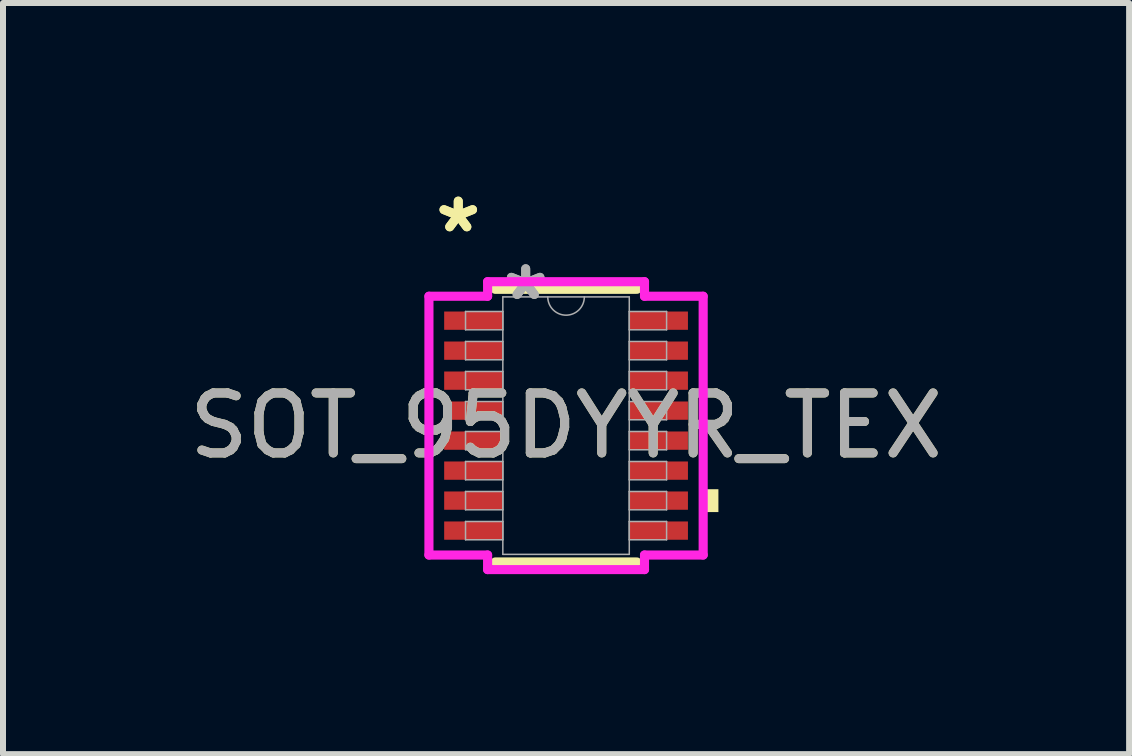
<source format=kicad_pcb>
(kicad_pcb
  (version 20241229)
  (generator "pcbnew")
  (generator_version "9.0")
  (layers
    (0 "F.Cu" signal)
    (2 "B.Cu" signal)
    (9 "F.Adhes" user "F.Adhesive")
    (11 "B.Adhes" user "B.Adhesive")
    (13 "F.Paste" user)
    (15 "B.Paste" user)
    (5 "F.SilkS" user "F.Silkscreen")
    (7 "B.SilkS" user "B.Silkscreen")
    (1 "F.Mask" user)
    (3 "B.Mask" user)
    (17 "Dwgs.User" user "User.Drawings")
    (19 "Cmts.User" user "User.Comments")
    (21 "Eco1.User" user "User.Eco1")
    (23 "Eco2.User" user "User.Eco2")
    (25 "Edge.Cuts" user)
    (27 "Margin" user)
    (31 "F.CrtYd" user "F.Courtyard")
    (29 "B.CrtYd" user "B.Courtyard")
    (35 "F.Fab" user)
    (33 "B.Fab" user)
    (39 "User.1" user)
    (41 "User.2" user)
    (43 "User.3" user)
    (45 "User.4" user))
  (footprint "SOT_95DYYR_TEX"
    (layer "F.Cu")
    (at 6.387 4.046)
    (property "Reference" "SOT_95DYYR_TEX" (at 0 0 0) (unlocked yes) (layer "F.SilkS") (effects (font (size 1 1) (thickness 0.15))))
    (attr smd)
    (fp_line (start -1.181 2.273) (end 1.181 2.273) (stroke (width 0.152) (type solid)) (layer "F.SilkS"))
    (fp_line (start 1.181 -2.273) (end -1.181 -2.273) (stroke (width 0.152) (type solid)) (layer "F.SilkS"))
    (fp_poly (pts (xy 2.54 1.06) (xy 2.54 1.441) (xy 2.286 1.441) (xy 2.286 1.06)) (stroke (width 0) (type solid)) (fill yes) (layer "F.SilkS"))
    (fp_line (start -2.286 -2.157) (end -1.308 -2.157) (stroke (width 0.152) (type solid)) (layer "F.CrtYd"))
    (fp_line (start -2.286 2.157) (end -2.286 -2.157) (stroke (width 0.152) (type solid)) (layer "F.CrtYd"))
    (fp_line (start -2.286 2.157) (end -1.308 2.157) (stroke (width 0.152) (type solid)) (layer "F.CrtYd"))
    (fp_line (start -1.308 -2.4) (end 1.308 -2.4) (stroke (width 0.152) (type solid)) (layer "F.CrtYd"))
    (fp_line (start -1.308 -2.157) (end -1.308 -2.4) (stroke (width 0.152) (type solid)) (layer "F.CrtYd"))
    (fp_line (start -1.308 2.4) (end -1.308 2.157) (stroke (width 0.152) (type solid)) (layer "F.CrtYd"))
    (fp_line (start 1.308 -2.4) (end 1.308 -2.157) (stroke (width 0.152) (type solid)) (layer "F.CrtYd"))
    (fp_line (start 1.308 2.157) (end 1.308 2.4) (stroke (width 0.152) (type solid)) (layer "F.CrtYd"))
    (fp_line (start 1.308 2.4) (end -1.308 2.4) (stroke (width 0.152) (type solid)) (layer "F.CrtYd"))
    (fp_line (start 2.286 -2.157) (end 1.308 -2.157) (stroke (width 0.152) (type solid)) (layer "F.CrtYd"))
    (fp_line (start 2.286 -2.157) (end 2.286 2.157) (stroke (width 0.152) (type solid)) (layer "F.CrtYd"))
    (fp_line (start 2.286 2.157) (end 1.308 2.157) (stroke (width 0.152) (type solid)) (layer "F.CrtYd"))
    (fp_line (start -1.676 -1.903) (end -1.676 -1.598) (stroke (width 0.025) (type solid)) (layer "F.Fab"))
    (fp_line (start -1.676 -1.598) (end -1.054 -1.598) (stroke (width 0.025) (type solid)) (layer "F.Fab"))
    (fp_line (start -1.676 -1.403) (end -1.676 -1.098) (stroke (width 0.025) (type solid)) (layer "F.Fab"))
    (fp_line (start -1.676 -1.098) (end -1.054 -1.098) (stroke (width 0.025) (type solid)) (layer "F.Fab"))
    (fp_line (start -1.676 -0.903) (end -1.676 -0.598) (stroke (width 0.025) (type solid)) (layer "F.Fab"))
    (fp_line (start -1.676 -0.598) (end -1.054 -0.598) (stroke (width 0.025) (type solid)) (layer "F.Fab"))
    (fp_line (start -1.676 -0.402) (end -1.676 -0.098) (stroke (width 0.025) (type solid)) (layer "F.Fab"))
    (fp_line (start -1.676 -0.098) (end -1.054 -0.098) (stroke (width 0.025) (type solid)) (layer "F.Fab"))
    (fp_line (start -1.676 0.098) (end -1.676 0.402) (stroke (width 0.025) (type solid)) (layer "F.Fab"))
    (fp_line (start -1.676 0.402) (end -1.054 0.402) (stroke (width 0.025) (type solid)) (layer "F.Fab"))
    (fp_line (start -1.676 0.598) (end -1.676 0.903) (stroke (width 0.025) (type solid)) (layer "F.Fab"))
    (fp_line (start -1.676 0.903) (end -1.054 0.903) (stroke (width 0.025) (type solid)) (layer "F.Fab"))
    (fp_line (start -1.676 1.098) (end -1.676 1.403) (stroke (width 0.025) (type solid)) (layer "F.Fab"))
    (fp_line (start -1.676 1.403) (end -1.054 1.403) (stroke (width 0.025) (type solid)) (layer "F.Fab"))
    (fp_line (start -1.676 1.598) (end -1.676 1.903) (stroke (width 0.025) (type solid)) (layer "F.Fab"))
    (fp_line (start -1.676 1.903) (end -1.054 1.903) (stroke (width 0.025) (type solid)) (layer "F.Fab"))
    (fp_line (start -1.054 -2.146) (end -1.054 2.146) (stroke (width 0.025) (type solid)) (layer "F.Fab"))
    (fp_line (start -1.054 -1.903) (end -1.676 -1.903) (stroke (width 0.025) (type solid)) (layer "F.Fab"))
    (fp_line (start -1.054 -1.598) (end -1.054 -1.903) (stroke (width 0.025) (type solid)) (layer "F.Fab"))
    (fp_line (start -1.054 -1.403) (end -1.676 -1.403) (stroke (width 0.025) (type solid)) (layer "F.Fab"))
    (fp_line (start -1.054 -1.098) (end -1.054 -1.403) (stroke (width 0.025) (type solid)) (layer "F.Fab"))
    (fp_line (start -1.054 -0.903) (end -1.676 -0.903) (stroke (width 0.025) (type solid)) (layer "F.Fab"))
    (fp_line (start -1.054 -0.598) (end -1.054 -0.903) (stroke (width 0.025) (type solid)) (layer "F.Fab"))
    (fp_line (start -1.054 -0.402) (end -1.676 -0.402) (stroke (width 0.025) (type solid)) (layer "F.Fab"))
    (fp_line (start -1.054 -0.098) (end -1.054 -0.402) (stroke (width 0.025) (type solid)) (layer "F.Fab"))
    (fp_line (start -1.054 0.098) (end -1.676 0.098) (stroke (width 0.025) (type solid)) (layer "F.Fab"))
    (fp_line (start -1.054 0.402) (end -1.054 0.098) (stroke (width 0.025) (type solid)) (layer "F.Fab"))
    (fp_line (start -1.054 0.598) (end -1.676 0.598) (stroke (width 0.025) (type solid)) (layer "F.Fab"))
    (fp_line (start -1.054 0.903) (end -1.054 0.598) (stroke (width 0.025) (type solid)) (layer "F.Fab"))
    (fp_line (start -1.054 1.098) (end -1.676 1.098) (stroke (width 0.025) (type solid)) (layer "F.Fab"))
    (fp_line (start -1.054 1.403) (end -1.054 1.098) (stroke (width 0.025) (type solid)) (layer "F.Fab"))
    (fp_line (start -1.054 1.598) (end -1.676 1.598) (stroke (width 0.025) (type solid)) (layer "F.Fab"))
    (fp_line (start -1.054 1.903) (end -1.054 1.598) (stroke (width 0.025) (type solid)) (layer "F.Fab"))
    (fp_line (start -1.054 2.146) (end 1.054 2.146) (stroke (width 0.025) (type solid)) (layer "F.Fab"))
    (fp_line (start 1.054 -2.146) (end -1.054 -2.146) (stroke (width 0.025) (type solid)) (layer "F.Fab"))
    (fp_line (start 1.054 -1.903) (end 1.054 -1.598) (stroke (width 0.025) (type solid)) (layer "F.Fab"))
    (fp_line (start 1.054 -1.598) (end 1.676 -1.598) (stroke (width 0.025) (type solid)) (layer "F.Fab"))
    (fp_line (start 1.054 -1.403) (end 1.054 -1.098) (stroke (width 0.025) (type solid)) (layer "F.Fab"))
    (fp_line (start 1.054 -1.098) (end 1.676 -1.098) (stroke (width 0.025) (type solid)) (layer "F.Fab"))
    (fp_line (start 1.054 -0.903) (end 1.054 -0.598) (stroke (width 0.025) (type solid)) (layer "F.Fab"))
    (fp_line (start 1.054 -0.598) (end 1.676 -0.598) (stroke (width 0.025) (type solid)) (layer "F.Fab"))
    (fp_line (start 1.054 -0.402) (end 1.054 -0.098) (stroke (width 0.025) (type solid)) (layer "F.Fab"))
    (fp_line (start 1.054 -0.098) (end 1.676 -0.098) (stroke (width 0.025) (type solid)) (layer "F.Fab"))
    (fp_line (start 1.054 0.098) (end 1.054 0.402) (stroke (width 0.025) (type solid)) (layer "F.Fab"))
    (fp_line (start 1.054 0.402) (end 1.676 0.402) (stroke (width 0.025) (type solid)) (layer "F.Fab"))
    (fp_line (start 1.054 0.598) (end 1.054 0.903) (stroke (width 0.025) (type solid)) (layer "F.Fab"))
    (fp_line (start 1.054 0.903) (end 1.676 0.903) (stroke (width 0.025) (type solid)) (layer "F.Fab"))
    (fp_line (start 1.054 1.098) (end 1.054 1.403) (stroke (width 0.025) (type solid)) (layer "F.Fab"))
    (fp_line (start 1.054 1.403) (end 1.676 1.403) (stroke (width 0.025) (type solid)) (layer "F.Fab"))
    (fp_line (start 1.054 1.598) (end 1.054 1.903) (stroke (width 0.025) (type solid)) (layer "F.Fab"))
    (fp_line (start 1.054 1.903) (end 1.676 1.903) (stroke (width 0.025) (type solid)) (layer "F.Fab"))
    (fp_line (start 1.054 2.146) (end 1.054 -2.146) (stroke (width 0.025) (type solid)) (layer "F.Fab"))
    (fp_line (start 1.676 -1.903) (end 1.054 -1.903) (stroke (width 0.025) (type solid)) (layer "F.Fab"))
    (fp_line (start 1.676 -1.598) (end 1.676 -1.903) (stroke (width 0.025) (type solid)) (layer "F.Fab"))
    (fp_line (start 1.676 -1.403) (end 1.054 -1.403) (stroke (width 0.025) (type solid)) (layer "F.Fab"))
    (fp_line (start 1.676 -1.098) (end 1.676 -1.403) (stroke (width 0.025) (type solid)) (layer "F.Fab"))
    (fp_line (start 1.676 -0.903) (end 1.054 -0.903) (stroke (width 0.025) (type solid)) (layer "F.Fab"))
    (fp_line (start 1.676 -0.598) (end 1.676 -0.903) (stroke (width 0.025) (type solid)) (layer "F.Fab"))
    (fp_line (start 1.676 -0.402) (end 1.054 -0.402) (stroke (width 0.025) (type solid)) (layer "F.Fab"))
    (fp_line (start 1.676 -0.098) (end 1.676 -0.402) (stroke (width 0.025) (type solid)) (layer "F.Fab"))
    (fp_line (start 1.676 0.098) (end 1.054 0.098) (stroke (width 0.025) (type solid)) (layer "F.Fab"))
    (fp_line (start 1.676 0.402) (end 1.676 0.098) (stroke (width 0.025) (type solid)) (layer "F.Fab"))
    (fp_line (start 1.676 0.598) (end 1.054 0.598) (stroke (width 0.025) (type solid)) (layer "F.Fab"))
    (fp_line (start 1.676 0.903) (end 1.676 0.598) (stroke (width 0.025) (type solid)) (layer "F.Fab"))
    (fp_line (start 1.676 1.098) (end 1.054 1.098) (stroke (width 0.025) (type solid)) (layer "F.Fab"))
    (fp_line (start 1.676 1.403) (end 1.676 1.098) (stroke (width 0.025) (type solid)) (layer "F.Fab"))
    (fp_line (start 1.676 1.598) (end 1.054 1.598) (stroke (width 0.025) (type solid)) (layer "F.Fab"))
    (fp_line (start 1.676 1.903) (end 1.676 1.598) (stroke (width 0.025) (type solid)) (layer "F.Fab"))
    (fp_arc (start 0.3048 -2.1463) (mid 0 -1.8415) (end -0.3048 -2.1463) (stroke (width 0.0254) (type solid)) (layer "F.Fab"))
    (fp_text user "*" (at -1.797 -3.198 0) (layer "F.SilkS") (effects (font (size 1 1) (thickness 0.15))))
    (fp_text user "*" (at -1.797 -3.198 0) (unlocked yes) (layer "F.SilkS") (effects (font (size 1 1) (thickness 0.15))))
    (fp_text user "${REFERENCE}" (at 0 0 0) (unlocked yes) (layer "F.Fab") (effects (font (size 1 1) (thickness 0.15))))
    (fp_text user "*" (at -0.673 -2.07 0) (unlocked yes) (layer "F.Fab") (effects (font (size 1 1) (thickness 0.15))))
    (fp_text user "*" (at -0.673 -2.07 0) (layer "F.Fab") (effects (font (size 1 1) (thickness 0.15))))
    (pad "1" smd rect (at -1.543 -1.75) (size 0.978 0.305) (layers "F.Cu" "F.Mask" "F.Paste"))
    (pad "2" smd rect (at -1.543 -1.25) (size 0.978 0.305) (layers "F.Cu" "F.Mask" "F.Paste"))
    (pad "3" smd rect (at -1.543 -0.75) (size 0.978 0.305) (layers "F.Cu" "F.Mask" "F.Paste"))
    (pad "4" smd rect (at -1.543 -0.25) (size 0.978 0.305) (layers "F.Cu" "F.Mask" "F.Paste"))
    (pad "5" smd rect (at -1.543 0.25) (size 0.978 0.305) (layers "F.Cu" "F.Mask" "F.Paste"))
    (pad "6" smd rect (at -1.543 0.75) (size 0.978 0.305) (layers "F.Cu" "F.Mask" "F.Paste"))
    (pad "7" smd rect (at -1.543 1.25) (size 0.978 0.305) (layers "F.Cu" "F.Mask" "F.Paste"))
    (pad "8" smd rect (at -1.543 1.75) (size 0.978 0.305) (layers "F.Cu" "F.Mask" "F.Paste"))
    (pad "9" smd rect (at 1.543 1.75) (size 0.978 0.305) (layers "F.Cu" "F.Mask" "F.Paste"))
    (pad "10" smd rect (at 1.543 1.25) (size 0.978 0.305) (layers "F.Cu" "F.Mask" "F.Paste"))
    (pad "11" smd rect (at 1.543 0.75) (size 0.978 0.305) (layers "F.Cu" "F.Mask" "F.Paste"))
    (pad "12" smd rect (at 1.543 0.25) (size 0.978 0.305) (layers "F.Cu" "F.Mask" "F.Paste"))
    (pad "13" smd rect (at 1.543 -0.25) (size 0.978 0.305) (layers "F.Cu" "F.Mask" "F.Paste"))
    (pad "14" smd rect (at 1.543 -0.75) (size 0.978 0.305) (layers "F.Cu" "F.Mask" "F.Paste"))
    (pad "15" smd rect (at 1.543 -1.25) (size 0.978 0.305) (layers "F.Cu" "F.Mask" "F.Paste"))
    (pad "16" smd rect (at 1.543 -1.75) (size 0.978 0.305) (layers "F.Cu" "F.Mask" "F.Paste")))
  (gr_rect
    (start -3 -3)
    (end 15.774 9.523)
    (stroke (width 0.1) (type default))
    (fill no)
    (layer "Edge.Cuts")))
</source>
